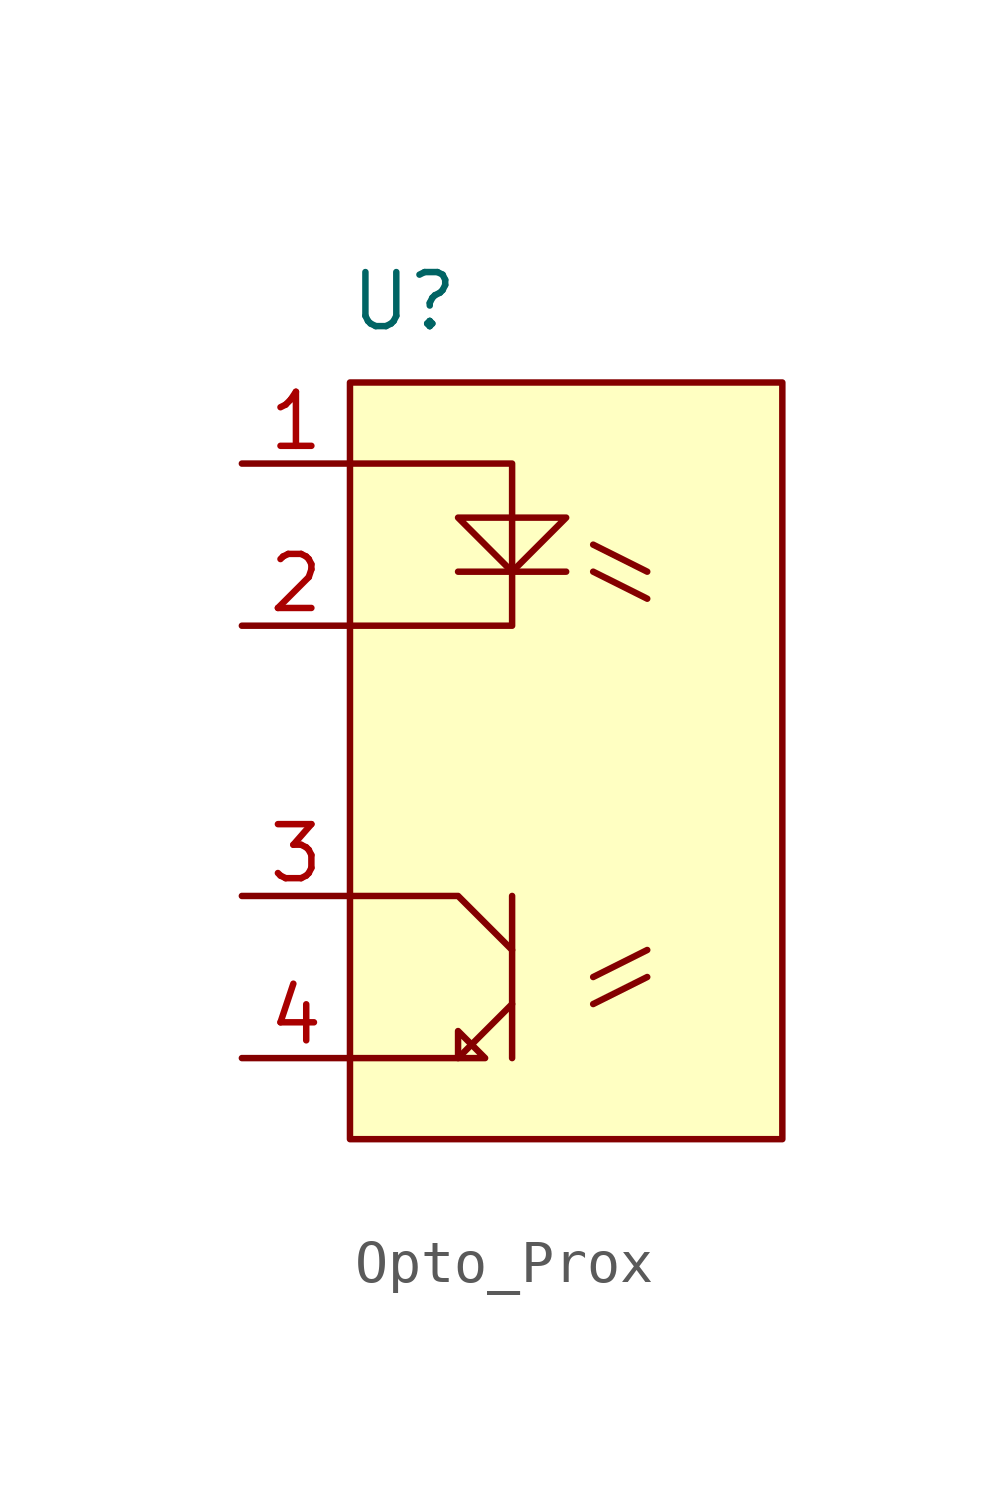
<source format=kicad_sym>
(kicad_symbol_lib
  (version 20220914)
  (generator kicad_symbol_editor)
  (symbol "Opto_Prox"
    (pin_names hide)
    (property "Reference" "U"
      (at 3.81 3.81 0)
      (effects (font (size 1.27 1.27))))
    (property "Value" ""
      (at 0 0 0)
      (effects (font (size 1.27 1.27))))
    (symbol "Opto_Prox_0_1"
      (polyline (pts (xy 5.08 -2.54) (xy 7.62 -2.54)) (stroke (width 0) (type default)) (fill (type none)))
      (polyline (pts (xy 6.35 -10.16) (xy 6.35 -13.97)) (stroke (width 0) (type default)) (fill (type none)))
      (polyline (pts (xy 8.255 -2.54) (xy 9.525 -3.175)) (stroke (width 0) (type default)) (fill (type none)))
      (polyline (pts (xy 8.255 -1.905) (xy 9.525 -2.54)) (stroke (width 0) (type default)) (fill (type none)))
      (polyline (pts (xy 9.525 -12.065) (xy 8.255 -12.7)) (stroke (width 0) (type default)) (fill (type none)))
      (polyline (pts (xy 9.525 -11.43) (xy 8.255 -12.065)) (stroke (width 0) (type default)) (fill (type none)))
      (polyline (pts (xy 2.54 -13.97) (xy 5.08 -13.97) (xy 6.35 -12.7)) (stroke (width 0) (type default)) (fill (type none)))
      (polyline (pts (xy 2.54 -10.16) (xy 5.08 -10.16) (xy 6.35 -11.43)) (stroke (width 0) (type default)) (fill (type none)))
      (polyline (pts (xy 2.54 0) (xy 6.35 0) (xy 6.35 -3.81) (xy 2.54 -3.81)) (stroke (width 0) (type default)) (fill (type none)))
      (polyline (pts (xy 5.08 -13.97) (xy 5.08 -13.335) (xy 5.715 -13.97) (xy 5.08 -13.97)) (stroke (width 0) (type default)) (fill (type none)))
      (polyline (pts (xy 5.08 -1.27) (xy 7.62 -1.27) (xy 6.35 -2.54) (xy 5.08 -1.27)) (stroke (width 0) (type default)) (fill (type none))))
    (symbol "Opto_Prox_1_1"
      (rectangle (start 2.54 1.905) (end 12.7 -15.875) (stroke (width 0) (type default)) (fill (type background)))
      (pin passive line (at 0 0 0) (length 2.54) (name "A" (effects (font (size 1.27 1.27)))) (number "1" (effects (font (size 1.27 1.27)))))
      (pin passive line (at 0 -3.81 0) (length 2.54) (name "C" (effects (font (size 1.27 1.27)))) (number "2" (effects (font (size 1.27 1.27)))))
      (pin passive line (at 0 -10.16 0) (length 2.54) (name "C" (effects (font (size 1.27 1.27)))) (number "3" (effects (font (size 1.27 1.27)))))
      (pin passive line (at 0 -13.97 0) (length 2.54) (name "E" (effects (font (size 1.27 1.27)))) (number "4" (effects (font (size 1.27 1.27))))))))
</source>
